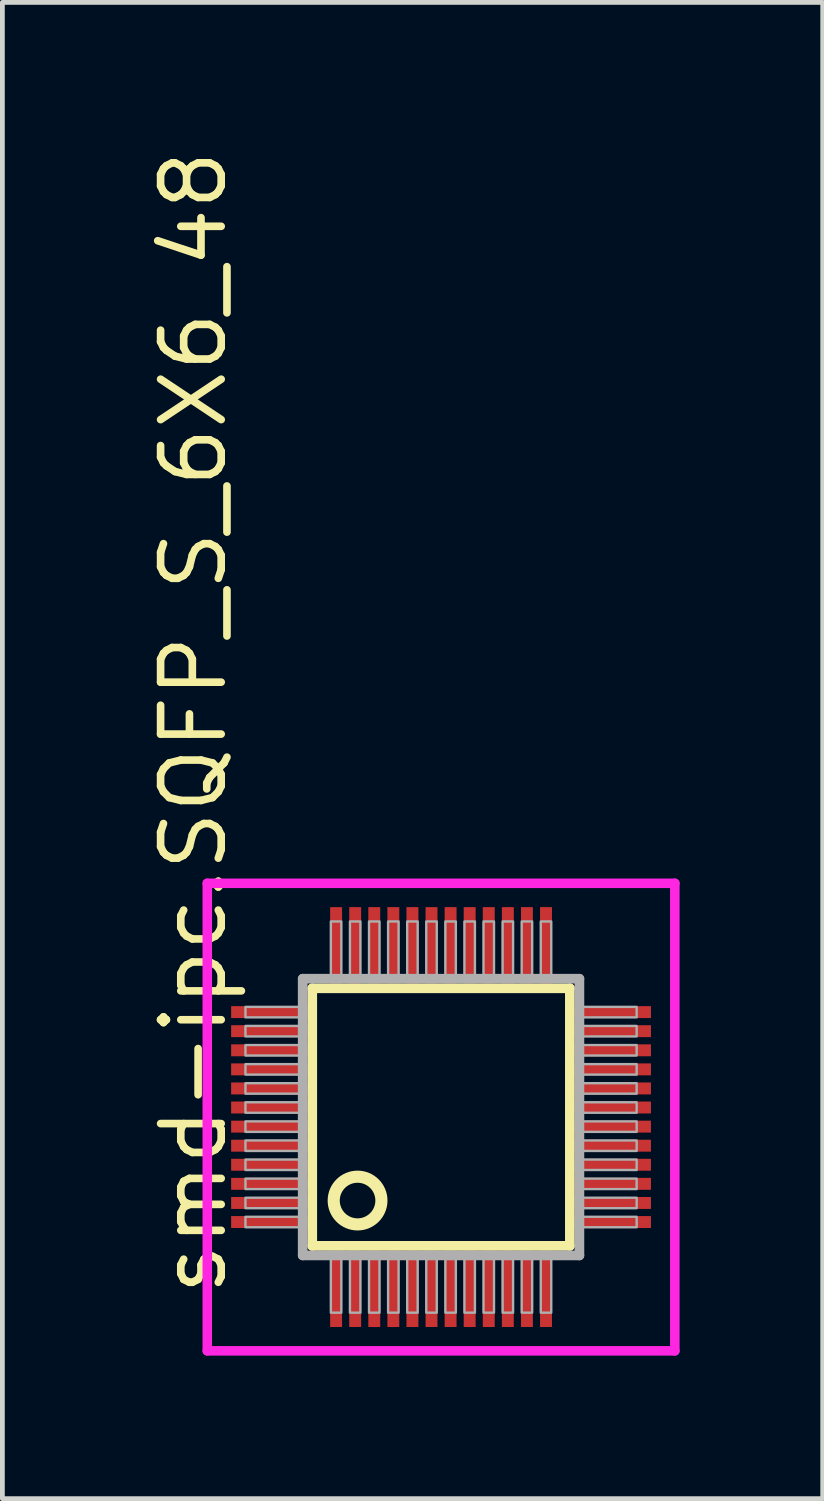
<source format=kicad_pcb>
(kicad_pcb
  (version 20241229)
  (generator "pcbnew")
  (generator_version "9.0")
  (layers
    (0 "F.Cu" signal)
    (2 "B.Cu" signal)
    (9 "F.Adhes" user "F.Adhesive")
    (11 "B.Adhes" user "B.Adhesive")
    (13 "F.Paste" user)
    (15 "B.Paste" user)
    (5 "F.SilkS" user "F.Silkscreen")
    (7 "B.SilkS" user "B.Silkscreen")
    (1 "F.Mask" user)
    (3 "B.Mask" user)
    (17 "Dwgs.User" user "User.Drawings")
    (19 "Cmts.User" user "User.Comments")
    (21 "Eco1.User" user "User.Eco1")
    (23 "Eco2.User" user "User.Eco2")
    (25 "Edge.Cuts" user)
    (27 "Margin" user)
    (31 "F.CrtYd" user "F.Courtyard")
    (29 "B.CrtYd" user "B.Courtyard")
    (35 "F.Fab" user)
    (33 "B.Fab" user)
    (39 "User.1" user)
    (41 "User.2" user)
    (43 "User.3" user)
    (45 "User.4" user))
  (footprint "smd-ipc.SQFP_S_6X6_48"
    (layer "F.Cu")
    (at 6.195 20.365)
    (property "Reference" "smd-ipc.SQFP_S_6X6_48" (at -4.445 3.81 90) (layer "F.SilkS") (effects (font (size 1.27 1.27) (thickness 0.16)) (justify left bottom)))
    (attr smd)
    (fp_line (start -2.7 -2.7) (end 2.7 -2.7) (stroke (width 0.203) (type default)) (layer "F.SilkS"))
    (fp_line (start -2.7 2.7) (end -2.7 -2.7) (stroke (width 0.203) (type default)) (layer "F.SilkS"))
    (fp_line (start 2.7 -2.7) (end 2.7 2.7) (stroke (width 0.203) (type default)) (layer "F.SilkS"))
    (fp_line (start 2.7 2.7) (end -2.7 2.7) (stroke (width 0.203) (type default)) (layer "F.SilkS"))
    (fp_circle (center -1.75 1.75) (end -1.25 1.75) (stroke (width 0.254) (type default)) (fill no) (layer "F.SilkS"))
    (fp_line (start -4.9 -4.9) (end 4.9 -4.9) (stroke (width 0.2) (type default)) (layer "F.CrtYd"))
    (fp_line (start -4.9 4.9) (end -4.9 -4.9) (stroke (width 0.2) (type default)) (layer "F.CrtYd"))
    (fp_line (start 4.9 -4.9) (end 4.9 4.9) (stroke (width 0.2) (type default)) (layer "F.CrtYd"))
    (fp_line (start 4.9 4.9) (end -4.9 4.9) (stroke (width 0.2) (type default)) (layer "F.CrtYd"))
    (fp_line (start -2.9 -2.9) (end -2.9 2.9) (stroke (width 0.203) (type default)) (layer "F.Fab"))
    (fp_line (start -2.9 2.9) (end 2.9 2.9) (stroke (width 0.203) (type default)) (layer "F.Fab"))
    (fp_line (start 2.9 -2.9) (end -2.9 -2.9) (stroke (width 0.203) (type default)) (layer "F.Fab"))
    (fp_line (start 2.9 2.9) (end 2.9 -2.9) (stroke (width 0.203) (type default)) (layer "F.Fab"))
    (fp_rect (start -4.1 -2.09) (end -2.95 -2.31) (stroke (width 0.05) (type default)) (fill no) (layer "F.Fab"))
    (fp_rect (start -4.1 -1.69) (end -2.95 -1.91) (stroke (width 0.05) (type default)) (fill no) (layer "F.Fab"))
    (fp_rect (start -4.1 -1.29) (end -2.95 -1.51) (stroke (width 0.05) (type default)) (fill no) (layer "F.Fab"))
    (fp_rect (start -4.1 -0.89) (end -2.95 -1.11) (stroke (width 0.05) (type default)) (fill no) (layer "F.Fab"))
    (fp_rect (start -4.1 -0.49) (end -2.95 -0.71) (stroke (width 0.05) (type default)) (fill no) (layer "F.Fab"))
    (fp_rect (start -4.1 -0.09) (end -2.95 -0.31) (stroke (width 0.05) (type default)) (fill no) (layer "F.Fab"))
    (fp_rect (start -4.1 0.31) (end -2.95 0.09) (stroke (width 0.05) (type default)) (fill no) (layer "F.Fab"))
    (fp_rect (start -4.1 0.71) (end -2.95 0.49) (stroke (width 0.05) (type default)) (fill no) (layer "F.Fab"))
    (fp_rect (start -4.1 1.11) (end -2.95 0.89) (stroke (width 0.05) (type default)) (fill no) (layer "F.Fab"))
    (fp_rect (start -4.1 1.51) (end -2.95 1.29) (stroke (width 0.05) (type default)) (fill no) (layer "F.Fab"))
    (fp_rect (start -4.1 1.91) (end -2.95 1.69) (stroke (width 0.05) (type default)) (fill no) (layer "F.Fab"))
    (fp_rect (start -4.1 2.31) (end -2.95 2.09) (stroke (width 0.05) (type default)) (fill no) (layer "F.Fab"))
    (fp_rect (start -2.31 -2.95) (end -2.09 -4.1) (stroke (width 0.05) (type default)) (fill no) (layer "F.Fab"))
    (fp_rect (start -2.31 4.1) (end -2.09 2.95) (stroke (width 0.05) (type default)) (fill no) (layer "F.Fab"))
    (fp_rect (start -1.91 -2.95) (end -1.69 -4.1) (stroke (width 0.05) (type default)) (fill no) (layer "F.Fab"))
    (fp_rect (start -1.91 4.1) (end -1.69 2.95) (stroke (width 0.05) (type default)) (fill no) (layer "F.Fab"))
    (fp_rect (start -1.51 -2.95) (end -1.29 -4.1) (stroke (width 0.05) (type default)) (fill no) (layer "F.Fab"))
    (fp_rect (start -1.51 4.1) (end -1.29 2.95) (stroke (width 0.05) (type default)) (fill no) (layer "F.Fab"))
    (fp_rect (start -1.11 -2.95) (end -0.89 -4.1) (stroke (width 0.05) (type default)) (fill no) (layer "F.Fab"))
    (fp_rect (start -1.11 4.1) (end -0.89 2.95) (stroke (width 0.05) (type default)) (fill no) (layer "F.Fab"))
    (fp_rect (start -0.71 -2.95) (end -0.49 -4.1) (stroke (width 0.05) (type default)) (fill no) (layer "F.Fab"))
    (fp_rect (start -0.71 4.1) (end -0.49 2.95) (stroke (width 0.05) (type default)) (fill no) (layer "F.Fab"))
    (fp_rect (start -0.31 -2.95) (end -0.09 -4.1) (stroke (width 0.05) (type default)) (fill no) (layer "F.Fab"))
    (fp_rect (start -0.31 4.1) (end -0.09 2.95) (stroke (width 0.05) (type default)) (fill no) (layer "F.Fab"))
    (fp_rect (start 0.09 -2.95) (end 0.31 -4.1) (stroke (width 0.05) (type default)) (fill no) (layer "F.Fab"))
    (fp_rect (start 0.09 4.1) (end 0.31 2.95) (stroke (width 0.05) (type default)) (fill no) (layer "F.Fab"))
    (fp_rect (start 0.49 -2.95) (end 0.71 -4.1) (stroke (width 0.05) (type default)) (fill no) (layer "F.Fab"))
    (fp_rect (start 0.49 4.1) (end 0.71 2.95) (stroke (width 0.05) (type default)) (fill no) (layer "F.Fab"))
    (fp_rect (start 0.89 -2.95) (end 1.11 -4.1) (stroke (width 0.05) (type default)) (fill no) (layer "F.Fab"))
    (fp_rect (start 0.89 4.1) (end 1.11 2.95) (stroke (width 0.05) (type default)) (fill no) (layer "F.Fab"))
    (fp_rect (start 1.29 -2.95) (end 1.51 -4.1) (stroke (width 0.05) (type default)) (fill no) (layer "F.Fab"))
    (fp_rect (start 1.29 4.1) (end 1.51 2.95) (stroke (width 0.05) (type default)) (fill no) (layer "F.Fab"))
    (fp_rect (start 1.69 -2.95) (end 1.91 -4.1) (stroke (width 0.05) (type default)) (fill no) (layer "F.Fab"))
    (fp_rect (start 1.69 4.1) (end 1.91 2.95) (stroke (width 0.05) (type default)) (fill no) (layer "F.Fab"))
    (fp_rect (start 2.09 -2.95) (end 2.31 -4.1) (stroke (width 0.05) (type default)) (fill no) (layer "F.Fab"))
    (fp_rect (start 2.09 4.1) (end 2.31 2.95) (stroke (width 0.05) (type default)) (fill no) (layer "F.Fab"))
    (fp_rect (start 2.95 -2.09) (end 4.1 -2.31) (stroke (width 0.05) (type default)) (fill no) (layer "F.Fab"))
    (fp_rect (start 2.95 -1.69) (end 4.1 -1.91) (stroke (width 0.05) (type default)) (fill no) (layer "F.Fab"))
    (fp_rect (start 2.95 -1.29) (end 4.1 -1.51) (stroke (width 0.05) (type default)) (fill no) (layer "F.Fab"))
    (fp_rect (start 2.95 -0.89) (end 4.1 -1.11) (stroke (width 0.05) (type default)) (fill no) (layer "F.Fab"))
    (fp_rect (start 2.95 -0.49) (end 4.1 -0.71) (stroke (width 0.05) (type default)) (fill no) (layer "F.Fab"))
    (fp_rect (start 2.95 -0.09) (end 4.1 -0.31) (stroke (width 0.05) (type default)) (fill no) (layer "F.Fab"))
    (fp_rect (start 2.95 0.31) (end 4.1 0.09) (stroke (width 0.05) (type default)) (fill no) (layer "F.Fab"))
    (fp_rect (start 2.95 0.71) (end 4.1 0.49) (stroke (width 0.05) (type default)) (fill no) (layer "F.Fab"))
    (fp_rect (start 2.95 1.11) (end 4.1 0.89) (stroke (width 0.05) (type default)) (fill no) (layer "F.Fab"))
    (fp_rect (start 2.95 1.51) (end 4.1 1.29) (stroke (width 0.05) (type default)) (fill no) (layer "F.Fab"))
    (fp_rect (start 2.95 1.91) (end 4.1 1.69) (stroke (width 0.05) (type default)) (fill no) (layer "F.Fab"))
    (fp_rect (start 2.95 2.31) (end 4.1 2.09) (stroke (width 0.05) (type default)) (fill no) (layer "F.Fab"))
    (pad "1" smd roundrect (at -2.2 3.6) (size 0.25 1.6) (layers "F.Cu" "F.Mask" "F.Paste") (roundrect_rratio 0.01))
    (pad "2" smd roundrect (at -1.8 3.6) (size 0.25 1.6) (layers "F.Cu" "F.Mask" "F.Paste") (roundrect_rratio 0.01))
    (pad "3" smd roundrect (at -1.4 3.6) (size 0.25 1.6) (layers "F.Cu" "F.Mask" "F.Paste") (roundrect_rratio 0.01))
    (pad "4" smd roundrect (at -1 3.6) (size 0.25 1.6) (layers "F.Cu" "F.Mask" "F.Paste") (roundrect_rratio 0.01))
    (pad "5" smd roundrect (at -0.6 3.6) (size 0.25 1.6) (layers "F.Cu" "F.Mask" "F.Paste") (roundrect_rratio 0.01))
    (pad "6" smd roundrect (at -0.2 3.6) (size 0.25 1.6) (layers "F.Cu" "F.Mask" "F.Paste") (roundrect_rratio 0.01))
    (pad "7" smd roundrect (at 0.2 3.6) (size 0.25 1.6) (layers "F.Cu" "F.Mask" "F.Paste") (roundrect_rratio 0.01))
    (pad "8" smd roundrect (at 0.6 3.6) (size 0.25 1.6) (layers "F.Cu" "F.Mask" "F.Paste") (roundrect_rratio 0.01))
    (pad "9" smd roundrect (at 1 3.6) (size 0.25 1.6) (layers "F.Cu" "F.Mask" "F.Paste") (roundrect_rratio 0.01))
    (pad "10" smd roundrect (at 1.4 3.6) (size 0.25 1.6) (layers "F.Cu" "F.Mask" "F.Paste") (roundrect_rratio 0.01))
    (pad "11" smd roundrect (at 1.8 3.6) (size 0.25 1.6) (layers "F.Cu" "F.Mask" "F.Paste") (roundrect_rratio 0.01))
    (pad "12" smd roundrect (at 2.2 3.6) (size 0.25 1.6) (layers "F.Cu" "F.Mask" "F.Paste") (roundrect_rratio 0.01))
    (pad "13" smd roundrect (at 3.6 2.2) (size 1.6 0.25) (layers "F.Cu" "F.Mask" "F.Paste") (roundrect_rratio 0.01))
    (pad "14" smd roundrect (at 3.6 1.8) (size 1.6 0.25) (layers "F.Cu" "F.Mask" "F.Paste") (roundrect_rratio 0.01))
    (pad "15" smd roundrect (at 3.6 1.4) (size 1.6 0.25) (layers "F.Cu" "F.Mask" "F.Paste") (roundrect_rratio 0.01))
    (pad "16" smd roundrect (at 3.6 1) (size 1.6 0.25) (layers "F.Cu" "F.Mask" "F.Paste") (roundrect_rratio 0.01))
    (pad "17" smd roundrect (at 3.6 0.6) (size 1.6 0.25) (layers "F.Cu" "F.Mask" "F.Paste") (roundrect_rratio 0.01))
    (pad "18" smd roundrect (at 3.6 0.2) (size 1.6 0.25) (layers "F.Cu" "F.Mask" "F.Paste") (roundrect_rratio 0.01))
    (pad "19" smd roundrect (at 3.6 -0.2) (size 1.6 0.25) (layers "F.Cu" "F.Mask" "F.Paste") (roundrect_rratio 0.01))
    (pad "20" smd roundrect (at 3.6 -0.6) (size 1.6 0.25) (layers "F.Cu" "F.Mask" "F.Paste") (roundrect_rratio 0.01))
    (pad "21" smd roundrect (at 3.6 -1) (size 1.6 0.25) (layers "F.Cu" "F.Mask" "F.Paste") (roundrect_rratio 0.01))
    (pad "22" smd roundrect (at 3.6 -1.4) (size 1.6 0.25) (layers "F.Cu" "F.Mask" "F.Paste") (roundrect_rratio 0.01))
    (pad "23" smd roundrect (at 3.6 -1.8) (size 1.6 0.25) (layers "F.Cu" "F.Mask" "F.Paste") (roundrect_rratio 0.01))
    (pad "24" smd roundrect (at 3.6 -2.2) (size 1.6 0.25) (layers "F.Cu" "F.Mask" "F.Paste") (roundrect_rratio 0.01))
    (pad "25" smd roundrect (at 2.2 -3.6) (size 0.25 1.6) (layers "F.Cu" "F.Mask" "F.Paste") (roundrect_rratio 0.01))
    (pad "26" smd roundrect (at 1.8 -3.6) (size 0.25 1.6) (layers "F.Cu" "F.Mask" "F.Paste") (roundrect_rratio 0.01))
    (pad "27" smd roundrect (at 1.4 -3.6) (size 0.25 1.6) (layers "F.Cu" "F.Mask" "F.Paste") (roundrect_rratio 0.01))
    (pad "28" smd roundrect (at 1 -3.6) (size 0.25 1.6) (layers "F.Cu" "F.Mask" "F.Paste") (roundrect_rratio 0.01))
    (pad "29" smd roundrect (at 0.6 -3.6) (size 0.25 1.6) (layers "F.Cu" "F.Mask" "F.Paste") (roundrect_rratio 0.01))
    (pad "30" smd roundrect (at 0.2 -3.6) (size 0.25 1.6) (layers "F.Cu" "F.Mask" "F.Paste") (roundrect_rratio 0.01))
    (pad "31" smd roundrect (at -0.2 -3.6) (size 0.25 1.6) (layers "F.Cu" "F.Mask" "F.Paste") (roundrect_rratio 0.01))
    (pad "32" smd roundrect (at -0.6 -3.6) (size 0.25 1.6) (layers "F.Cu" "F.Mask" "F.Paste") (roundrect_rratio 0.01))
    (pad "33" smd roundrect (at -1 -3.6) (size 0.25 1.6) (layers "F.Cu" "F.Mask" "F.Paste") (roundrect_rratio 0.01))
    (pad "34" smd roundrect (at -1.4 -3.6) (size 0.25 1.6) (layers "F.Cu" "F.Mask" "F.Paste") (roundrect_rratio 0.01))
    (pad "35" smd roundrect (at -1.8 -3.6) (size 0.25 1.6) (layers "F.Cu" "F.Mask" "F.Paste") (roundrect_rratio 0.01))
    (pad "36" smd roundrect (at -2.2 -3.6) (size 0.25 1.6) (layers "F.Cu" "F.Mask" "F.Paste") (roundrect_rratio 0.01))
    (pad "37" smd roundrect (at -3.6 -2.2) (size 1.6 0.25) (layers "F.Cu" "F.Mask" "F.Paste") (roundrect_rratio 0.01))
    (pad "38" smd roundrect (at -3.6 -1.8) (size 1.6 0.25) (layers "F.Cu" "F.Mask" "F.Paste") (roundrect_rratio 0.01))
    (pad "39" smd roundrect (at -3.6 -1.4) (size 1.6 0.25) (layers "F.Cu" "F.Mask" "F.Paste") (roundrect_rratio 0.01))
    (pad "40" smd roundrect (at -3.6 -1) (size 1.6 0.25) (layers "F.Cu" "F.Mask" "F.Paste") (roundrect_rratio 0.01))
    (pad "41" smd roundrect (at -3.6 -0.6) (size 1.6 0.25) (layers "F.Cu" "F.Mask" "F.Paste") (roundrect_rratio 0.01))
    (pad "42" smd roundrect (at -3.6 -0.2) (size 1.6 0.25) (layers "F.Cu" "F.Mask" "F.Paste") (roundrect_rratio 0.01))
    (pad "43" smd roundrect (at -3.6 0.2) (size 1.6 0.25) (layers "F.Cu" "F.Mask" "F.Paste") (roundrect_rratio 0.01))
    (pad "44" smd roundrect (at -3.6 0.6) (size 1.6 0.25) (layers "F.Cu" "F.Mask" "F.Paste") (roundrect_rratio 0.01))
    (pad "45" smd roundrect (at -3.6 1) (size 1.6 0.25) (layers "F.Cu" "F.Mask" "F.Paste") (roundrect_rratio 0.01))
    (pad "46" smd roundrect (at -3.6 1.4) (size 1.6 0.25) (layers "F.Cu" "F.Mask" "F.Paste") (roundrect_rratio 0.01))
    (pad "47" smd roundrect (at -3.6 1.8) (size 1.6 0.25) (layers "F.Cu" "F.Mask" "F.Paste") (roundrect_rratio 0.01))
    (pad "48" smd roundrect (at -3.6 2.2) (size 1.6 0.25) (layers "F.Cu" "F.Mask" "F.Paste") (roundrect_rratio 0.01)))
  (gr_rect
    (start -3 -3)
    (end 14.195 28.364)
    (stroke (width 0.1) (type default))
    (fill no)
    (layer "Edge.Cuts")))
</source>
